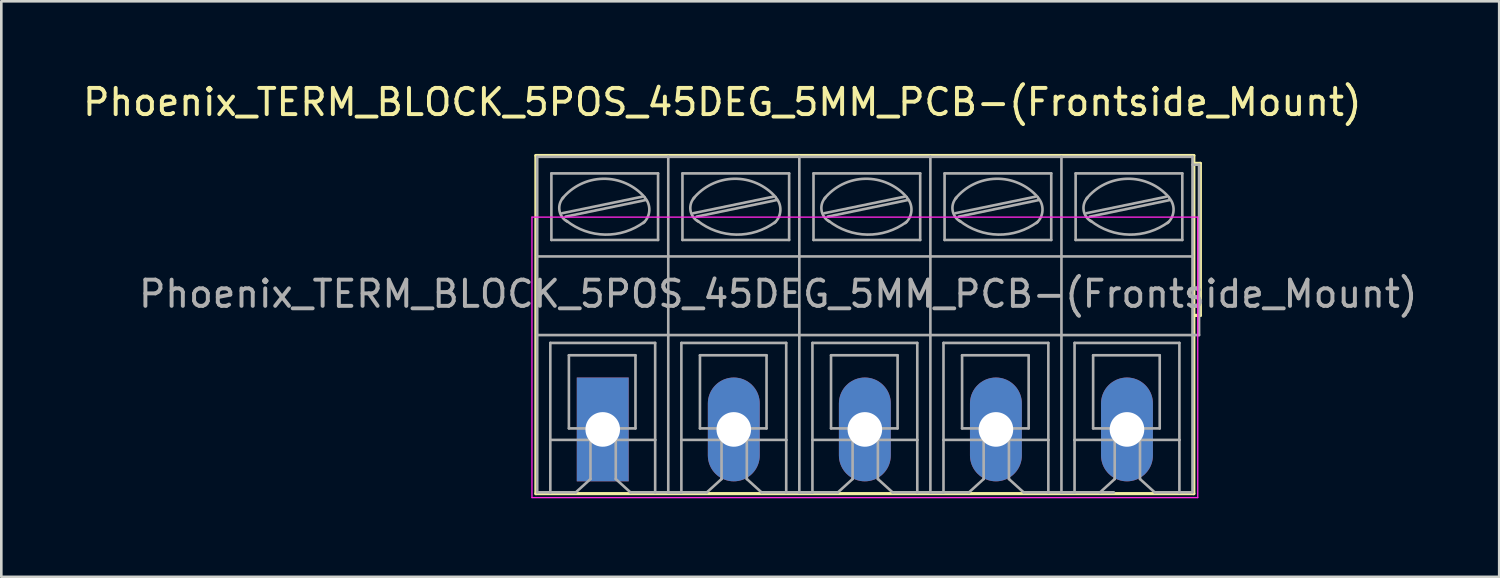
<source format=kicad_pcb>
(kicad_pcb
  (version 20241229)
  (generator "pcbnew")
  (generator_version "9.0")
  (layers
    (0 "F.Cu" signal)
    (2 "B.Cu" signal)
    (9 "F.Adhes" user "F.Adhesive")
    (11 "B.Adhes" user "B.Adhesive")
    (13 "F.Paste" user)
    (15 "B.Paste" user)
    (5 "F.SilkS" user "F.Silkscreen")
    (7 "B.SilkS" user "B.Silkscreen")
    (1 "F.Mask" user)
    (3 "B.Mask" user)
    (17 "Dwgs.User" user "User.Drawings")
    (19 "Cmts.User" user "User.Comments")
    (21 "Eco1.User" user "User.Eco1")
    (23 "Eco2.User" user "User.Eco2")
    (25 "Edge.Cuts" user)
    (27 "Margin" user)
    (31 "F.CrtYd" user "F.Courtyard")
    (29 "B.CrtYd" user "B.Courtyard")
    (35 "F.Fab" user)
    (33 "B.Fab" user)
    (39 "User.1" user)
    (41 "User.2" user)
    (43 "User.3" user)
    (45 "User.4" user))
  (footprint "Phoenix_TERM_BLOCK_5POS_45DEG_5MM_PCB-(Frontside_Mount)"
    (layer "F.Cu")
    (at 29.942 13.345)
    (property "Reference" "Phoenix_TERM_BLOCK_5POS_45DEG_5MM_PCB-(Frontside_Mount)" (at -5.436 -12.497 0) (layer "F.SilkS") (effects (font (size 1 1) (thickness 0.15))))
    (attr through_hole)
    (fp_line (start -12.547 -10.462) (end 12.553 -10.462) (stroke (width 0.12) (type solid)) (layer "F.SilkS"))
    (fp_line (start -12.547 2.438) (end -12.547 -10.462) (stroke (width 0.12) (type solid)) (layer "F.SilkS"))
    (fp_line (start 12.553 -10.462) (end 12.553 -10.162) (stroke (width 0.12) (type solid)) (layer "F.SilkS"))
    (fp_line (start 12.553 -10.162) (end 12.553 -4.362) (stroke (width 0.12) (type solid)) (layer "F.SilkS"))
    (fp_line (start 12.553 -10.162) (end 12.803 -10.162) (stroke (width 0.12) (type solid)) (layer "F.SilkS"))
    (fp_line (start 12.553 -4.362) (end 12.553 2.438) (stroke (width 0.12) (type solid)) (layer "F.SilkS"))
    (fp_line (start 12.553 2.438) (end -12.547 2.438) (stroke (width 0.12) (type solid)) (layer "F.SilkS"))
    (fp_line (start 12.803 -10.162) (end 12.803 -4.362) (stroke (width 0.12) (type solid)) (layer "F.SilkS"))
    (fp_line (start 12.803 -4.362) (end 12.553 -4.362) (stroke (width 0.12) (type solid)) (layer "F.SilkS"))
    (fp_line (start -12.697 -8.112) (end -12.697 2.588) (stroke (width 0.05) (type solid)) (layer "F.CrtYd"))
    (fp_line (start -12.697 -8.112) (end 12.703 -8.112) (stroke (width 0.05) (type solid)) (layer "F.CrtYd"))
    (fp_line (start 12.703 2.588) (end -12.697 2.588) (stroke (width 0.05) (type solid)) (layer "F.CrtYd"))
    (fp_line (start 12.703 2.588) (end 12.703 -8.112) (stroke (width 0.05) (type solid)) (layer "F.CrtYd"))
    (fp_line (start -12.497 -6.612) (end -12.497 -10.412) (stroke (width 0.1) (type solid)) (layer "F.Fab"))
    (fp_line (start -12.497 -3.612) (end -12.497 -6.612) (stroke (width 0.1) (type solid)) (layer "F.Fab"))
    (fp_line (start -12.497 2.388) (end -12.497 -3.612) (stroke (width 0.1) (type solid)) (layer "F.Fab"))
    (fp_line (start -12.497 2.388) (end -11.997 2.388) (stroke (width 0.1) (type solid)) (layer "F.Fab"))
    (fp_line (start -11.997 -3.312) (end -11.997 0.388) (stroke (width 0.1) (type solid)) (layer "F.Fab"))
    (fp_line (start -11.997 0.388) (end -11.997 2.388) (stroke (width 0.1) (type solid)) (layer "F.Fab"))
    (fp_line (start -11.997 2.388) (end -11.024 2.388) (stroke (width 0.1) (type solid)) (layer "F.Fab"))
    (fp_line (start -11.956 -7.24) (end -11.956 -9.78) (stroke (width 0.1) (type solid)) (layer "F.Fab"))
    (fp_line (start -11.546 -8.26) (end -8.496 -8.89) (stroke (width 0.1) (type solid)) (layer "F.Fab"))
    (fp_line (start -11.416 -8.13) (end -8.376 -8.76) (stroke (width 0.1) (type solid)) (layer "F.Fab"))
    (fp_line (start -11.288 -2.841) (end -8.748 -2.841) (stroke (width 0.1) (type solid)) (layer "F.Fab"))
    (fp_line (start -11.288 -0.051) (end -11.288 -2.841) (stroke (width 0.1) (type solid)) (layer "F.Fab"))
    (fp_line (start -11.288 -0.051) (end -8.748 -0.051) (stroke (width 0.1) (type solid)) (layer "F.Fab"))
    (fp_line (start -11.024 2.388) (end -10.465 1.88) (stroke (width 0.1) (type solid)) (layer "F.Fab"))
    (fp_line (start -10.465 1.88) (end -10.465 0.406) (stroke (width 0.1) (type solid)) (layer "F.Fab"))
    (fp_line (start -9.5 1.88) (end -9.5 0.406) (stroke (width 0.1) (type solid)) (layer "F.Fab"))
    (fp_line (start -8.941 2.388) (end -9.5 1.88) (stroke (width 0.1) (type solid)) (layer "F.Fab"))
    (fp_line (start -8.748 -0.051) (end -8.748 -2.841) (stroke (width 0.1) (type solid)) (layer "F.Fab"))
    (fp_line (start -7.997 -3.312) (end -11.997 -3.312) (stroke (width 0.1) (type solid)) (layer "F.Fab"))
    (fp_line (start -7.997 0.388) (end -11.997 0.388) (stroke (width 0.1) (type solid)) (layer "F.Fab"))
    (fp_line (start -7.997 0.388) (end -7.997 -3.312) (stroke (width 0.1) (type solid)) (layer "F.Fab"))
    (fp_line (start -7.997 2.388) (end -8.941 2.388) (stroke (width 0.1) (type solid)) (layer "F.Fab"))
    (fp_line (start -7.997 2.388) (end -7.997 0.388) (stroke (width 0.1) (type solid)) (layer "F.Fab"))
    (fp_line (start -7.997 2.388) (end -7.497 2.388) (stroke (width 0.1) (type solid)) (layer "F.Fab"))
    (fp_line (start -7.886 -9.78) (end -11.956 -9.78) (stroke (width 0.1) (type solid)) (layer "F.Fab"))
    (fp_line (start -7.886 -7.24) (end -11.956 -7.24) (stroke (width 0.1) (type solid)) (layer "F.Fab"))
    (fp_line (start -7.886 -7.24) (end -7.886 -9.78) (stroke (width 0.1) (type solid)) (layer "F.Fab"))
    (fp_line (start -7.497 -10.412) (end -12.497 -10.412) (stroke (width 0.1) (type solid)) (layer "F.Fab"))
    (fp_line (start -7.497 -6.612) (end -12.497 -6.612) (stroke (width 0.1) (type solid)) (layer "F.Fab"))
    (fp_line (start -7.497 -6.612) (end -7.497 -10.412) (stroke (width 0.1) (type solid)) (layer "F.Fab"))
    (fp_line (start -7.497 -3.612) (end -12.497 -3.612) (stroke (width 0.1) (type solid)) (layer "F.Fab"))
    (fp_line (start -7.497 -3.612) (end -7.497 -6.612) (stroke (width 0.1) (type solid)) (layer "F.Fab"))
    (fp_line (start -7.497 2.388) (end -7.497 -3.612) (stroke (width 0.1) (type solid)) (layer "F.Fab"))
    (fp_line (start -7.497 2.388) (end -6.997 2.388) (stroke (width 0.1) (type solid)) (layer "F.Fab"))
    (fp_line (start -7.497 2.388) (end -6.997 2.388) (stroke (width 0.1) (type solid)) (layer "F.Fab"))
    (fp_line (start -6.997 -3.312) (end -6.997 0.388) (stroke (width 0.1) (type solid)) (layer "F.Fab"))
    (fp_line (start -6.997 0.388) (end -6.997 2.388) (stroke (width 0.1) (type solid)) (layer "F.Fab"))
    (fp_line (start -6.997 2.388) (end -6.024 2.388) (stroke (width 0.1) (type solid)) (layer "F.Fab"))
    (fp_line (start -6.956 -7.24) (end -6.956 -9.78) (stroke (width 0.1) (type solid)) (layer "F.Fab"))
    (fp_line (start -6.546 -8.26) (end -3.496 -8.89) (stroke (width 0.1) (type solid)) (layer "F.Fab"))
    (fp_line (start -6.416 -8.13) (end -3.376 -8.76) (stroke (width 0.1) (type solid)) (layer "F.Fab"))
    (fp_line (start -6.288 -2.841) (end -3.748 -2.841) (stroke (width 0.1) (type solid)) (layer "F.Fab"))
    (fp_line (start -6.288 -0.051) (end -6.288 -2.841) (stroke (width 0.1) (type solid)) (layer "F.Fab"))
    (fp_line (start -6.288 -0.051) (end -3.748 -0.051) (stroke (width 0.1) (type solid)) (layer "F.Fab"))
    (fp_line (start -6.024 2.388) (end -5.465 1.88) (stroke (width 0.1) (type solid)) (layer "F.Fab"))
    (fp_line (start -5.465 1.88) (end -5.465 0.406) (stroke (width 0.1) (type solid)) (layer "F.Fab"))
    (fp_line (start -4.5 1.88) (end -4.5 0.406) (stroke (width 0.1) (type solid)) (layer "F.Fab"))
    (fp_line (start -3.941 2.388) (end -4.5 1.88) (stroke (width 0.1) (type solid)) (layer "F.Fab"))
    (fp_line (start -3.748 -0.051) (end -3.748 -2.841) (stroke (width 0.1) (type solid)) (layer "F.Fab"))
    (fp_line (start -2.997 -3.312) (end -6.997 -3.312) (stroke (width 0.1) (type solid)) (layer "F.Fab"))
    (fp_line (start -2.997 0.388) (end -6.997 0.388) (stroke (width 0.1) (type solid)) (layer "F.Fab"))
    (fp_line (start -2.997 0.388) (end -2.997 -3.312) (stroke (width 0.1) (type solid)) (layer "F.Fab"))
    (fp_line (start -2.997 2.388) (end -3.941 2.388) (stroke (width 0.1) (type solid)) (layer "F.Fab"))
    (fp_line (start -2.997 2.388) (end -2.997 0.388) (stroke (width 0.1) (type solid)) (layer "F.Fab"))
    (fp_line (start -2.997 2.388) (end -2.497 2.388) (stroke (width 0.1) (type solid)) (layer "F.Fab"))
    (fp_line (start -2.886 -9.78) (end -6.956 -9.78) (stroke (width 0.1) (type solid)) (layer "F.Fab"))
    (fp_line (start -2.886 -7.24) (end -6.956 -7.24) (stroke (width 0.1) (type solid)) (layer "F.Fab"))
    (fp_line (start -2.886 -7.24) (end -2.886 -9.78) (stroke (width 0.1) (type solid)) (layer "F.Fab"))
    (fp_line (start -2.497 -10.412) (end -7.497 -10.412) (stroke (width 0.1) (type solid)) (layer "F.Fab"))
    (fp_line (start -2.497 -6.612) (end -7.497 -6.612) (stroke (width 0.1) (type solid)) (layer "F.Fab"))
    (fp_line (start -2.497 -6.612) (end -2.497 -10.412) (stroke (width 0.1) (type solid)) (layer "F.Fab"))
    (fp_line (start -2.497 -3.612) (end -7.497 -3.612) (stroke (width 0.1) (type solid)) (layer "F.Fab"))
    (fp_line (start -2.497 -3.612) (end -2.497 -6.612) (stroke (width 0.1) (type solid)) (layer "F.Fab"))
    (fp_line (start -2.497 2.388) (end -2.497 -3.612) (stroke (width 0.1) (type solid)) (layer "F.Fab"))
    (fp_line (start -2.497 2.388) (end -1.997 2.388) (stroke (width 0.1) (type solid)) (layer "F.Fab"))
    (fp_line (start -2.497 2.388) (end -1.997 2.388) (stroke (width 0.1) (type solid)) (layer "F.Fab"))
    (fp_line (start -1.997 -3.312) (end -1.997 0.388) (stroke (width 0.1) (type solid)) (layer "F.Fab"))
    (fp_line (start -1.997 0.388) (end -1.997 2.388) (stroke (width 0.1) (type solid)) (layer "F.Fab"))
    (fp_line (start -1.997 2.388) (end -1.024 2.388) (stroke (width 0.1) (type solid)) (layer "F.Fab"))
    (fp_line (start -1.956 -7.24) (end -1.956 -9.78) (stroke (width 0.1) (type solid)) (layer "F.Fab"))
    (fp_line (start -1.546 -8.26) (end 1.504 -8.89) (stroke (width 0.1) (type solid)) (layer "F.Fab"))
    (fp_line (start -1.416 -8.13) (end 1.624 -8.76) (stroke (width 0.1) (type solid)) (layer "F.Fab"))
    (fp_line (start -1.288 -2.841) (end 1.252 -2.841) (stroke (width 0.1) (type solid)) (layer "F.Fab"))
    (fp_line (start -1.288 -0.051) (end -1.288 -2.841) (stroke (width 0.1) (type solid)) (layer "F.Fab"))
    (fp_line (start -1.288 -0.051) (end 1.252 -0.051) (stroke (width 0.1) (type solid)) (layer "F.Fab"))
    (fp_line (start -1.024 2.388) (end -0.465 1.88) (stroke (width 0.1) (type solid)) (layer "F.Fab"))
    (fp_line (start -0.465 1.88) (end -0.465 0.406) (stroke (width 0.1) (type solid)) (layer "F.Fab"))
    (fp_line (start 0.5 1.88) (end 0.5 0.406) (stroke (width 0.1) (type solid)) (layer "F.Fab"))
    (fp_line (start 1.059 2.388) (end 0.5 1.88) (stroke (width 0.1) (type solid)) (layer "F.Fab"))
    (fp_line (start 1.252 -0.051) (end 1.252 -2.841) (stroke (width 0.1) (type solid)) (layer "F.Fab"))
    (fp_line (start 2.003 -3.312) (end -1.997 -3.312) (stroke (width 0.1) (type solid)) (layer "F.Fab"))
    (fp_line (start 2.003 0.388) (end -1.997 0.388) (stroke (width 0.1) (type solid)) (layer "F.Fab"))
    (fp_line (start 2.003 0.388) (end 2.003 -3.312) (stroke (width 0.1) (type solid)) (layer "F.Fab"))
    (fp_line (start 2.003 2.388) (end 1.059 2.388) (stroke (width 0.1) (type solid)) (layer "F.Fab"))
    (fp_line (start 2.003 2.388) (end 2.003 0.388) (stroke (width 0.1) (type solid)) (layer "F.Fab"))
    (fp_line (start 2.003 2.388) (end 2.503 2.388) (stroke (width 0.1) (type solid)) (layer "F.Fab"))
    (fp_line (start 2.114 -9.78) (end -1.956 -9.78) (stroke (width 0.1) (type solid)) (layer "F.Fab"))
    (fp_line (start 2.114 -7.24) (end -1.956 -7.24) (stroke (width 0.1) (type solid)) (layer "F.Fab"))
    (fp_line (start 2.114 -7.24) (end 2.114 -9.78) (stroke (width 0.1) (type solid)) (layer "F.Fab"))
    (fp_line (start 2.503 -10.412) (end -2.497 -10.412) (stroke (width 0.1) (type solid)) (layer "F.Fab"))
    (fp_line (start 2.503 -6.612) (end -2.497 -6.612) (stroke (width 0.1) (type solid)) (layer "F.Fab"))
    (fp_line (start 2.503 -6.612) (end 2.503 -10.412) (stroke (width 0.1) (type solid)) (layer "F.Fab"))
    (fp_line (start 2.503 -3.612) (end -2.497 -3.612) (stroke (width 0.1) (type solid)) (layer "F.Fab"))
    (fp_line (start 2.503 -3.612) (end 2.503 -6.612) (stroke (width 0.1) (type solid)) (layer "F.Fab"))
    (fp_line (start 2.503 2.388) (end 2.503 -3.612) (stroke (width 0.1) (type solid)) (layer "F.Fab"))
    (fp_line (start 2.503 2.388) (end 3.003 2.388) (stroke (width 0.1) (type solid)) (layer "F.Fab"))
    (fp_line (start 2.503 2.388) (end 3.003 2.388) (stroke (width 0.1) (type solid)) (layer "F.Fab"))
    (fp_line (start 3.003 -3.312) (end 3.003 0.388) (stroke (width 0.1) (type solid)) (layer "F.Fab"))
    (fp_line (start 3.003 0.388) (end 3.003 2.388) (stroke (width 0.1) (type solid)) (layer "F.Fab"))
    (fp_line (start 3.003 2.388) (end 3.976 2.388) (stroke (width 0.1) (type solid)) (layer "F.Fab"))
    (fp_line (start 3.044 -7.24) (end 3.044 -9.78) (stroke (width 0.1) (type solid)) (layer "F.Fab"))
    (fp_line (start 3.454 -8.26) (end 6.504 -8.89) (stroke (width 0.1) (type solid)) (layer "F.Fab"))
    (fp_line (start 3.584 -8.13) (end 6.624 -8.76) (stroke (width 0.1) (type solid)) (layer "F.Fab"))
    (fp_line (start 3.712 -2.841) (end 6.252 -2.841) (stroke (width 0.1) (type solid)) (layer "F.Fab"))
    (fp_line (start 3.712 -0.051) (end 3.712 -2.841) (stroke (width 0.1) (type solid)) (layer "F.Fab"))
    (fp_line (start 3.712 -0.051) (end 6.252 -0.051) (stroke (width 0.1) (type solid)) (layer "F.Fab"))
    (fp_line (start 3.976 2.388) (end 4.535 1.88) (stroke (width 0.1) (type solid)) (layer "F.Fab"))
    (fp_line (start 4.535 1.88) (end 4.535 0.406) (stroke (width 0.1) (type solid)) (layer "F.Fab"))
    (fp_line (start 5.5 1.88) (end 5.5 0.406) (stroke (width 0.1) (type solid)) (layer "F.Fab"))
    (fp_line (start 6.059 2.388) (end 5.5 1.88) (stroke (width 0.1) (type solid)) (layer "F.Fab"))
    (fp_line (start 6.252 -0.051) (end 6.252 -2.841) (stroke (width 0.1) (type solid)) (layer "F.Fab"))
    (fp_line (start 7.003 -3.312) (end 3.003 -3.312) (stroke (width 0.1) (type solid)) (layer "F.Fab"))
    (fp_line (start 7.003 0.388) (end 3.003 0.388) (stroke (width 0.1) (type solid)) (layer "F.Fab"))
    (fp_line (start 7.003 0.388) (end 7.003 -3.312) (stroke (width 0.1) (type solid)) (layer "F.Fab"))
    (fp_line (start 7.003 2.388) (end 6.059 2.388) (stroke (width 0.1) (type solid)) (layer "F.Fab"))
    (fp_line (start 7.003 2.388) (end 7.003 0.388) (stroke (width 0.1) (type solid)) (layer "F.Fab"))
    (fp_line (start 7.003 2.388) (end 7.503 2.388) (stroke (width 0.1) (type solid)) (layer "F.Fab"))
    (fp_line (start 7.114 -9.78) (end 3.044 -9.78) (stroke (width 0.1) (type solid)) (layer "F.Fab"))
    (fp_line (start 7.114 -7.24) (end 3.044 -7.24) (stroke (width 0.1) (type solid)) (layer "F.Fab"))
    (fp_line (start 7.114 -7.24) (end 7.114 -9.78) (stroke (width 0.1) (type solid)) (layer "F.Fab"))
    (fp_line (start 7.503 -10.412) (end 2.503 -10.412) (stroke (width 0.1) (type solid)) (layer "F.Fab"))
    (fp_line (start 7.503 -6.612) (end 2.503 -6.612) (stroke (width 0.1) (type solid)) (layer "F.Fab"))
    (fp_line (start 7.503 -6.612) (end 7.503 -10.412) (stroke (width 0.1) (type solid)) (layer "F.Fab"))
    (fp_line (start 7.503 -3.612) (end 2.503 -3.612) (stroke (width 0.1) (type solid)) (layer "F.Fab"))
    (fp_line (start 7.503 -3.612) (end 7.503 -6.612) (stroke (width 0.1) (type solid)) (layer "F.Fab"))
    (fp_line (start 7.503 2.388) (end 7.503 -3.612) (stroke (width 0.1) (type solid)) (layer "F.Fab"))
    (fp_line (start 7.503 2.388) (end 8.003 2.388) (stroke (width 0.1) (type solid)) (layer "F.Fab"))
    (fp_line (start 7.503 2.388) (end 8.003 2.388) (stroke (width 0.1) (type solid)) (layer "F.Fab"))
    (fp_line (start 8.003 -3.312) (end 8.003 0.388) (stroke (width 0.1) (type solid)) (layer "F.Fab"))
    (fp_line (start 8.003 0.388) (end 8.003 2.388) (stroke (width 0.1) (type solid)) (layer "F.Fab"))
    (fp_line (start 8.003 2.388) (end 8.976 2.388) (stroke (width 0.1) (type solid)) (layer "F.Fab"))
    (fp_line (start 8.044 -7.24) (end 8.044 -9.78) (stroke (width 0.1) (type solid)) (layer "F.Fab"))
    (fp_line (start 8.454 -8.26) (end 11.504 -8.89) (stroke (width 0.1) (type solid)) (layer "F.Fab"))
    (fp_line (start 8.584 -8.13) (end 11.624 -8.76) (stroke (width 0.1) (type solid)) (layer "F.Fab"))
    (fp_line (start 8.712 -2.841) (end 11.252 -2.841) (stroke (width 0.1) (type solid)) (layer "F.Fab"))
    (fp_line (start 8.712 -0.051) (end 8.712 -2.841) (stroke (width 0.1) (type solid)) (layer "F.Fab"))
    (fp_line (start 8.712 -0.051) (end 11.252 -0.051) (stroke (width 0.1) (type solid)) (layer "F.Fab"))
    (fp_line (start 8.976 2.388) (end 9.535 1.88) (stroke (width 0.1) (type solid)) (layer "F.Fab"))
    (fp_line (start 9.003 2.388) (end 9.503 2.388) (stroke (width 0.1) (type solid)) (layer "F.Fab"))
    (fp_line (start 9.535 1.88) (end 9.535 0.406) (stroke (width 0.1) (type solid)) (layer "F.Fab"))
    (fp_line (start 10.5 1.88) (end 10.5 0.406) (stroke (width 0.1) (type solid)) (layer "F.Fab"))
    (fp_line (start 11.059 2.388) (end 10.5 1.88) (stroke (width 0.1) (type solid)) (layer "F.Fab"))
    (fp_line (start 11.252 -0.051) (end 11.252 -2.841) (stroke (width 0.1) (type solid)) (layer "F.Fab"))
    (fp_line (start 12.003 -3.312) (end 8.003 -3.312) (stroke (width 0.1) (type solid)) (layer "F.Fab"))
    (fp_line (start 12.003 0.388) (end 8.003 0.388) (stroke (width 0.1) (type solid)) (layer "F.Fab"))
    (fp_line (start 12.003 0.388) (end 12.003 -3.312) (stroke (width 0.1) (type solid)) (layer "F.Fab"))
    (fp_line (start 12.003 2.388) (end 11.059 2.388) (stroke (width 0.1) (type solid)) (layer "F.Fab"))
    (fp_line (start 12.003 2.388) (end 12.003 0.388) (stroke (width 0.1) (type solid)) (layer "F.Fab"))
    (fp_line (start 12.003 2.388) (end 12.503 2.388) (stroke (width 0.1) (type solid)) (layer "F.Fab"))
    (fp_line (start 12.114 -9.78) (end 8.044 -9.78) (stroke (width 0.1) (type solid)) (layer "F.Fab"))
    (fp_line (start 12.114 -7.24) (end 8.044 -7.24) (stroke (width 0.1) (type solid)) (layer "F.Fab"))
    (fp_line (start 12.114 -7.24) (end 12.114 -9.78) (stroke (width 0.1) (type solid)) (layer "F.Fab"))
    (fp_line (start 12.503 -10.412) (end 7.503 -10.412) (stroke (width 0.1) (type solid)) (layer "F.Fab"))
    (fp_line (start 12.503 -6.612) (end 7.503 -6.612) (stroke (width 0.1) (type solid)) (layer "F.Fab"))
    (fp_line (start 12.503 -6.612) (end 12.503 -10.412) (stroke (width 0.1) (type solid)) (layer "F.Fab"))
    (fp_line (start 12.503 -3.612) (end 7.503 -3.612) (stroke (width 0.1) (type solid)) (layer "F.Fab"))
    (fp_line (start 12.503 -3.612) (end 12.503 -6.612) (stroke (width 0.1) (type solid)) (layer "F.Fab"))
    (fp_line (start 12.503 -3.612) (end 12.503 2.388) (stroke (width 0.1) (type solid)) (layer "F.Fab"))
    (fp_line (start 12.753 -10.112) (end 12.503 -10.112) (stroke (width 0.1) (type solid)) (layer "F.Fab"))
    (fp_line (start 12.753 -10.112) (end 12.753 -3.612) (stroke (width 0.1) (type solid)) (layer "F.Fab"))
    (fp_line (start 12.753 -3.612) (end 12.503 -3.612) (stroke (width 0.1) (type solid)) (layer "F.Fab"))
    (fp_arc (start -11.546 -8.81) (mid -9.986263 -9.574867) (end -8.397761 -8.871686) (stroke (width 0.1) (type solid)) (layer "F.Fab"))
    (fp_arc (start -11.346 -7.94) (mid -11.648324 -8.361515) (end -11.501426 -8.859005) (stroke (width 0.1) (type solid)) (layer "F.Fab"))
    (fp_arc (start -8.406 -7.93) (mid -9.905417 -7.444318) (end -11.388333 -7.978263) (stroke (width 0.1) (type solid)) (layer "F.Fab"))
    (fp_arc (start -8.396 -8.86) (mid -8.220267 -8.361652) (end -8.450468 -7.886005) (stroke (width 0.1) (type solid)) (layer "F.Fab"))
    (fp_arc (start -6.546 -8.81) (mid -4.986263 -9.574867) (end -3.397761 -8.871686) (stroke (width 0.1) (type solid)) (layer "F.Fab"))
    (fp_arc (start -6.346 -7.94) (mid -6.648324 -8.361515) (end -6.501426 -8.859005) (stroke (width 0.1) (type solid)) (layer "F.Fab"))
    (fp_arc (start -3.406 -7.93) (mid -4.905417 -7.444318) (end -6.388333 -7.978263) (stroke (width 0.1) (type solid)) (layer "F.Fab"))
    (fp_arc (start -3.396 -8.86) (mid -3.220267 -8.361652) (end -3.450468 -7.886005) (stroke (width 0.1) (type solid)) (layer "F.Fab"))
    (fp_arc (start -1.546 -8.81) (mid 0.013737 -9.574867) (end 1.602239 -8.871686) (stroke (width 0.1) (type solid)) (layer "F.Fab"))
    (fp_arc (start -1.346 -7.94) (mid -1.648324 -8.361515) (end -1.501426 -8.859005) (stroke (width 0.1) (type solid)) (layer "F.Fab"))
    (fp_arc (start 1.594 -7.93) (mid 0.094583 -7.444318) (end -1.388333 -7.978263) (stroke (width 0.1) (type solid)) (layer "F.Fab"))
    (fp_arc (start 1.604 -8.86) (mid 1.779733 -8.361652) (end 1.549532 -7.886005) (stroke (width 0.1) (type solid)) (layer "F.Fab"))
    (fp_arc (start 3.454 -8.81) (mid 5.013737 -9.574867) (end 6.602239 -8.871686) (stroke (width 0.1) (type solid)) (layer "F.Fab"))
    (fp_arc (start 3.654 -7.94) (mid 3.351676 -8.361515) (end 3.498574 -8.859005) (stroke (width 0.1) (type solid)) (layer "F.Fab"))
    (fp_arc (start 6.594 -7.93) (mid 5.094583 -7.444318) (end 3.611667 -7.978263) (stroke (width 0.1) (type solid)) (layer "F.Fab"))
    (fp_arc (start 6.604 -8.86) (mid 6.779733 -8.361652) (end 6.549532 -7.886005) (stroke (width 0.1) (type solid)) (layer "F.Fab"))
    (fp_arc (start 8.454 -8.81) (mid 10.013737 -9.574867) (end 11.602239 -8.871686) (stroke (width 0.1) (type solid)) (layer "F.Fab"))
    (fp_arc (start 8.654 -7.94) (mid 8.351676 -8.361515) (end 8.498574 -8.859005) (stroke (width 0.1) (type solid)) (layer "F.Fab"))
    (fp_arc (start 11.594 -7.93) (mid 10.094583 -7.444318) (end 8.611667 -7.978263) (stroke (width 0.1) (type solid)) (layer "F.Fab"))
    (fp_arc (start 11.604 -8.86) (mid 11.779733 -8.361652) (end 11.549532 -7.886005) (stroke (width 0.1) (type solid)) (layer "F.Fab"))
    (fp_text user "${REFERENCE}" (at -3.302 -5.182 0) (layer "F.Fab") (effects (font (size 1 1) (thickness 0.15))))
    (pad "1" thru_hole rect (at -9.997 -0.012) (size 1.98 3.96) (drill 1.32) (layers "*.Cu" "*.Mask" "F.Paste"))
    (pad "2" thru_hole oval (at -4.997 -0.012) (size 1.98 3.96) (drill 1.32) (layers "*.Cu" "*.Mask" "F.Paste"))
    (pad "3" thru_hole oval (at 0.003 -0.012) (size 1.98 3.96) (drill 1.32) (layers "*.Cu" "*.Mask" "F.Paste"))
    (pad "4" thru_hole oval (at 5.003 -0.012) (size 1.98 3.96) (drill 1.32) (layers "*.Cu" "*.Mask" "F.Paste"))
    (pad "5" thru_hole oval (at 10.003 -0.012) (size 1.98 3.96) (drill 1.32) (layers "*.Cu" "*.Mask" "F.Paste")))
  (gr_rect
    (start -3 -3)
    (end 54.146 18.958)
    (stroke (width 0.1) (type default))
    (fill no)
    (layer "Edge.Cuts")))
</source>
